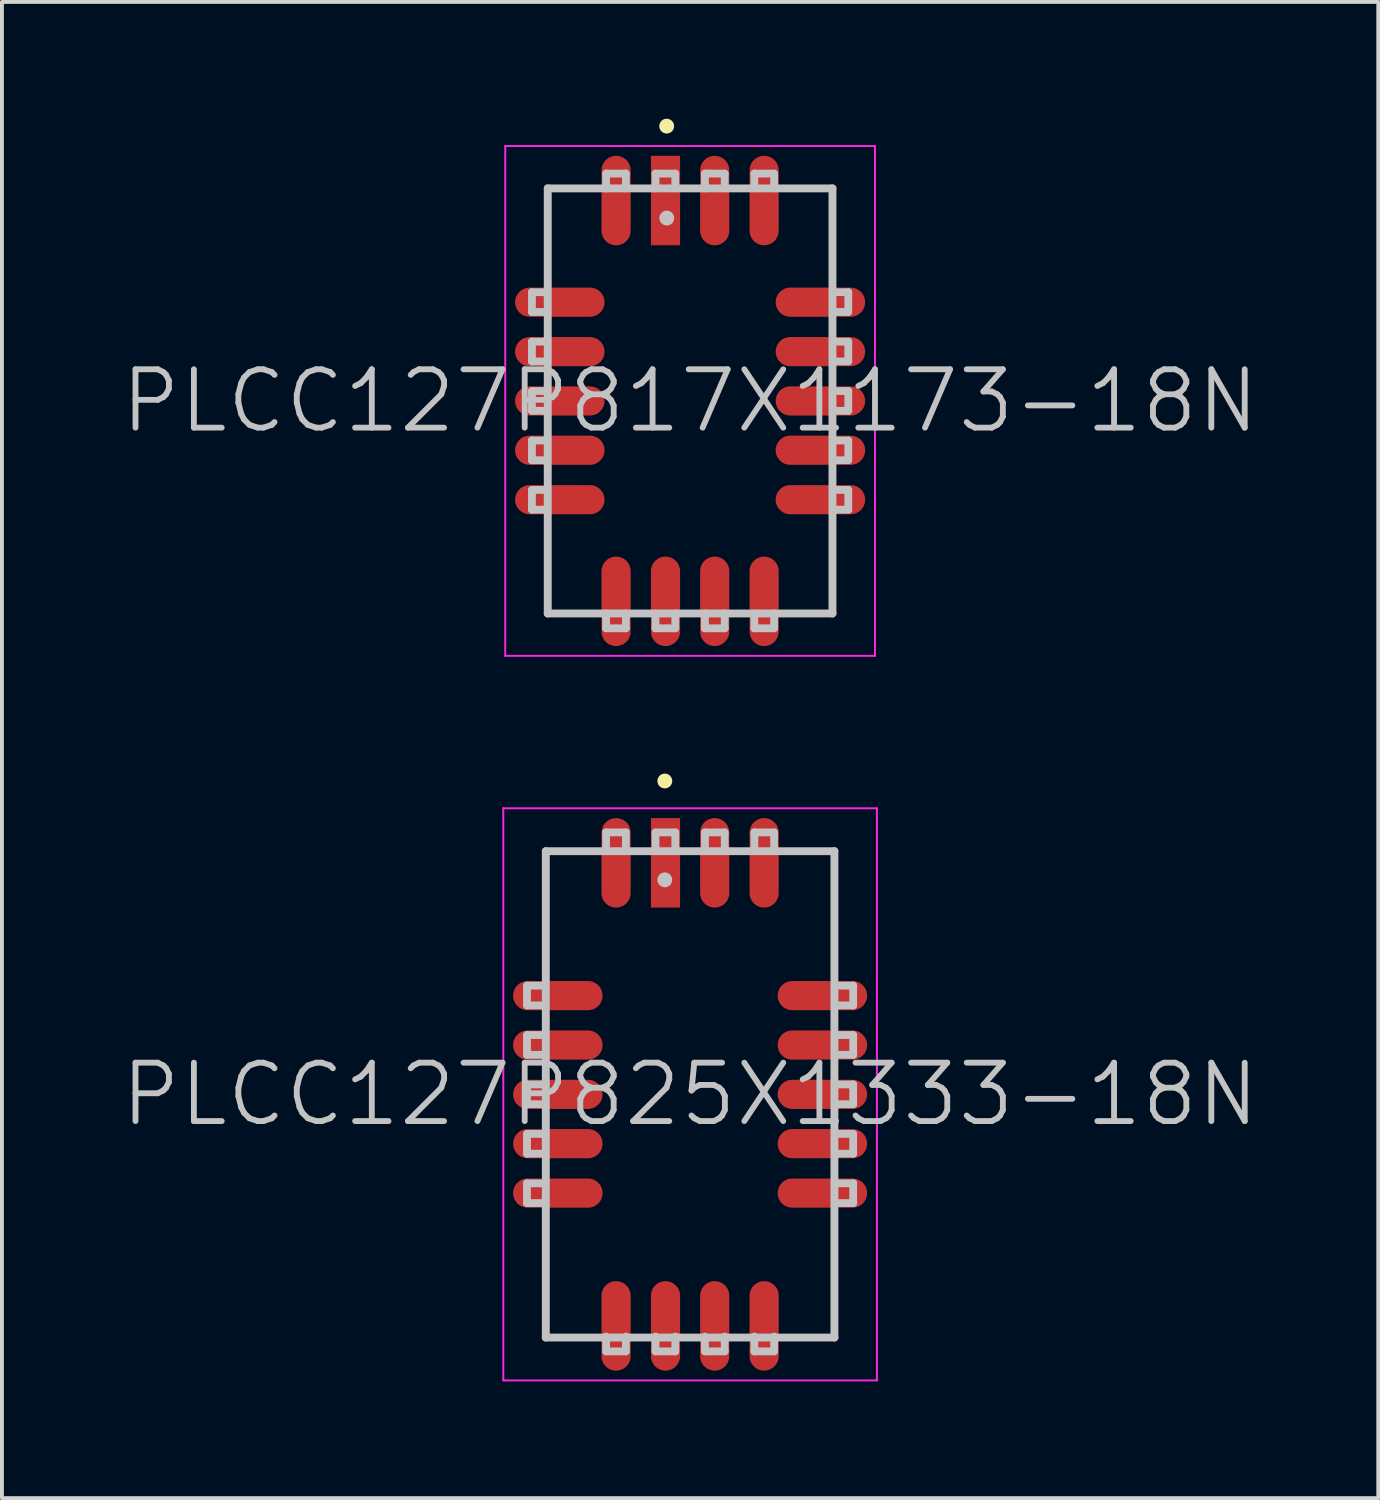
<source format=kicad_pcb>
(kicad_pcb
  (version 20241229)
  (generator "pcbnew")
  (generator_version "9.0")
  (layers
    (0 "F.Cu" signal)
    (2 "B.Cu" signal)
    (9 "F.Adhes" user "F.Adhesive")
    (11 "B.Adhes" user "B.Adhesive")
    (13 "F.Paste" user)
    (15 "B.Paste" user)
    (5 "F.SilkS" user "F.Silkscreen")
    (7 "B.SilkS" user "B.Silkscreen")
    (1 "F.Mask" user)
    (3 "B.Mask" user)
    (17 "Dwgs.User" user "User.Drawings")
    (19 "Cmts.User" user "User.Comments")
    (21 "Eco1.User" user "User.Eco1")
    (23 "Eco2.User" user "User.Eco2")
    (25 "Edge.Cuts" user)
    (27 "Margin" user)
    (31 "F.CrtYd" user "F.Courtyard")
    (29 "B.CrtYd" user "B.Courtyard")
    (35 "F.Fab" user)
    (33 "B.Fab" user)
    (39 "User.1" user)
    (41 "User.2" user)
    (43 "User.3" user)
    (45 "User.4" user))
  (footprint "PLCC127P825X1333-18N"
    (layer "F.Cu")
    (at 14.682 25.069)
    (property "Reference" "PLCC127P825X1333-18N" (at 0 0 0) (layer "Dwgs.User") (effects (font (size 1.5 1.5) (thickness 0.15))))
    (attr smd)
    (fp_line (start -0.65 -8.052) (end -0.65 -8.052) (stroke (width 0.381) (type solid)) (layer "F.SilkS"))
    (fp_line (start -4.191 -2.286) (end -4.191 -2.794) (stroke (width 0.2) (type solid)) (layer "Dwgs.User"))
    (fp_line (start -4.191 -1.016) (end -4.191 -1.524) (stroke (width 0.2) (type solid)) (layer "Dwgs.User"))
    (fp_line (start -4.191 0.254) (end -4.191 -0.254) (stroke (width 0.2) (type solid)) (layer "Dwgs.User"))
    (fp_line (start -4.191 1.524) (end -4.191 1.016) (stroke (width 0.2) (type solid)) (layer "Dwgs.User"))
    (fp_line (start -4.191 2.794) (end -4.191 2.286) (stroke (width 0.2) (type solid)) (layer "Dwgs.User"))
    (fp_line (start -3.81 -2.794) (end -4.191 -2.794) (stroke (width 0.2) (type solid)) (layer "Dwgs.User"))
    (fp_line (start -3.81 -2.286) (end -4.191 -2.286) (stroke (width 0.2) (type solid)) (layer "Dwgs.User"))
    (fp_line (start -3.81 -1.524) (end -4.191 -1.524) (stroke (width 0.2) (type solid)) (layer "Dwgs.User"))
    (fp_line (start -3.81 -1.016) (end -4.191 -1.016) (stroke (width 0.2) (type solid)) (layer "Dwgs.User"))
    (fp_line (start -3.81 -0.254) (end -4.191 -0.254) (stroke (width 0.2) (type solid)) (layer "Dwgs.User"))
    (fp_line (start -3.81 0.254) (end -4.191 0.254) (stroke (width 0.2) (type solid)) (layer "Dwgs.User"))
    (fp_line (start -3.81 1.016) (end -4.191 1.016) (stroke (width 0.2) (type solid)) (layer "Dwgs.User"))
    (fp_line (start -3.81 1.524) (end -4.191 1.524) (stroke (width 0.2) (type solid)) (layer "Dwgs.User"))
    (fp_line (start -3.81 2.286) (end -4.191 2.286) (stroke (width 0.2) (type solid)) (layer "Dwgs.User"))
    (fp_line (start -3.81 2.794) (end -4.191 2.794) (stroke (width 0.2) (type solid)) (layer "Dwgs.User"))
    (fp_line (start -3.708 -6.248) (end -3.708 6.248) (stroke (width 0.203) (type solid)) (layer "Dwgs.User"))
    (fp_line (start -3.708 -6.248) (end 3.708 -6.248) (stroke (width 0.203) (type solid)) (layer "Dwgs.User"))
    (fp_line (start -3.708 6.248) (end 3.708 6.248) (stroke (width 0.203) (type solid)) (layer "Dwgs.User"))
    (fp_line (start -2.159 -6.731) (end -1.651 -6.731) (stroke (width 0.2) (type solid)) (layer "Dwgs.User"))
    (fp_line (start -2.159 -6.35) (end -2.159 -6.731) (stroke (width 0.2) (type solid)) (layer "Dwgs.User"))
    (fp_line (start -2.159 6.223) (end -2.159 6.604) (stroke (width 0.2) (type solid)) (layer "Dwgs.User"))
    (fp_line (start -1.651 -6.35) (end -1.651 -6.731) (stroke (width 0.2) (type solid)) (layer "Dwgs.User"))
    (fp_line (start -1.651 6.223) (end -1.651 6.604) (stroke (width 0.2) (type solid)) (layer "Dwgs.User"))
    (fp_line (start -1.651 6.604) (end -2.159 6.604) (stroke (width 0.2) (type solid)) (layer "Dwgs.User"))
    (fp_line (start -0.889 -6.731) (end -0.381 -6.731) (stroke (width 0.2) (type solid)) (layer "Dwgs.User"))
    (fp_line (start -0.889 -6.35) (end -0.889 -6.731) (stroke (width 0.2) (type solid)) (layer "Dwgs.User"))
    (fp_line (start -0.889 6.223) (end -0.889 6.604) (stroke (width 0.2) (type solid)) (layer "Dwgs.User"))
    (fp_line (start -0.65 -5.512) (end -0.65 -5.512) (stroke (width 0.381) (type solid)) (layer "Dwgs.User"))
    (fp_line (start -0.381 -6.35) (end -0.381 -6.731) (stroke (width 0.2) (type solid)) (layer "Dwgs.User"))
    (fp_line (start -0.381 6.223) (end -0.381 6.604) (stroke (width 0.2) (type solid)) (layer "Dwgs.User"))
    (fp_line (start -0.381 6.604) (end -0.889 6.604) (stroke (width 0.2) (type solid)) (layer "Dwgs.User"))
    (fp_line (start 0.381 -6.731) (end 0.889 -6.731) (stroke (width 0.2) (type solid)) (layer "Dwgs.User"))
    (fp_line (start 0.381 -6.35) (end 0.381 -6.731) (stroke (width 0.2) (type solid)) (layer "Dwgs.User"))
    (fp_line (start 0.381 6.223) (end 0.381 6.604) (stroke (width 0.2) (type solid)) (layer "Dwgs.User"))
    (fp_line (start 0.889 -6.35) (end 0.889 -6.731) (stroke (width 0.2) (type solid)) (layer "Dwgs.User"))
    (fp_line (start 0.889 6.223) (end 0.889 6.604) (stroke (width 0.2) (type solid)) (layer "Dwgs.User"))
    (fp_line (start 0.889 6.604) (end 0.381 6.604) (stroke (width 0.2) (type solid)) (layer "Dwgs.User"))
    (fp_line (start 1.651 -6.731) (end 2.159 -6.731) (stroke (width 0.2) (type solid)) (layer "Dwgs.User"))
    (fp_line (start 1.651 -6.35) (end 1.651 -6.731) (stroke (width 0.2) (type solid)) (layer "Dwgs.User"))
    (fp_line (start 1.651 6.223) (end 1.651 6.604) (stroke (width 0.2) (type solid)) (layer "Dwgs.User"))
    (fp_line (start 2.159 -6.35) (end 2.159 -6.731) (stroke (width 0.2) (type solid)) (layer "Dwgs.User"))
    (fp_line (start 2.159 6.223) (end 2.159 6.604) (stroke (width 0.2) (type solid)) (layer "Dwgs.User"))
    (fp_line (start 2.159 6.604) (end 1.651 6.604) (stroke (width 0.2) (type solid)) (layer "Dwgs.User"))
    (fp_line (start 3.708 -6.248) (end 3.708 6.248) (stroke (width 0.203) (type solid)) (layer "Dwgs.User"))
    (fp_line (start 3.81 -2.794) (end 4.191 -2.794) (stroke (width 0.2) (type solid)) (layer "Dwgs.User"))
    (fp_line (start 3.81 -2.286) (end 4.191 -2.286) (stroke (width 0.2) (type solid)) (layer "Dwgs.User"))
    (fp_line (start 3.81 -1.524) (end 4.191 -1.524) (stroke (width 0.2) (type solid)) (layer "Dwgs.User"))
    (fp_line (start 3.81 -1.016) (end 4.191 -1.016) (stroke (width 0.2) (type solid)) (layer "Dwgs.User"))
    (fp_line (start 3.81 -0.254) (end 4.191 -0.254) (stroke (width 0.2) (type solid)) (layer "Dwgs.User"))
    (fp_line (start 3.81 0.254) (end 4.191 0.254) (stroke (width 0.2) (type solid)) (layer "Dwgs.User"))
    (fp_line (start 3.81 1.016) (end 4.191 1.016) (stroke (width 0.2) (type solid)) (layer "Dwgs.User"))
    (fp_line (start 3.81 1.524) (end 4.191 1.524) (stroke (width 0.2) (type solid)) (layer "Dwgs.User"))
    (fp_line (start 3.81 2.286) (end 4.191 2.286) (stroke (width 0.2) (type solid)) (layer "Dwgs.User"))
    (fp_line (start 3.81 2.794) (end 4.191 2.794) (stroke (width 0.2) (type solid)) (layer "Dwgs.User"))
    (fp_line (start 4.191 -2.794) (end 4.191 -2.286) (stroke (width 0.2) (type solid)) (layer "Dwgs.User"))
    (fp_line (start 4.191 -1.524) (end 4.191 -1.016) (stroke (width 0.2) (type solid)) (layer "Dwgs.User"))
    (fp_line (start 4.191 -0.254) (end 4.191 0.254) (stroke (width 0.2) (type solid)) (layer "Dwgs.User"))
    (fp_line (start 4.191 1.016) (end 4.191 1.524) (stroke (width 0.2) (type solid)) (layer "Dwgs.User"))
    (fp_line (start 4.191 2.286) (end 4.191 2.794) (stroke (width 0.2) (type solid)) (layer "Dwgs.User"))
    (fp_line (start -4.8 -7.35) (end -4.8 7.35) (stroke (width 0.05) (type solid)) (layer "F.CrtYd"))
    (fp_line (start -4.8 -7.35) (end 4.8 -7.35) (stroke (width 0.05) (type solid)) (layer "F.CrtYd"))
    (fp_line (start -4.8 7.35) (end 4.8 7.35) (stroke (width 0.05) (type solid)) (layer "F.CrtYd"))
    (fp_line (start 4.8 -7.35) (end 4.8 7.35) (stroke (width 0.05) (type solid)) (layer "F.CrtYd"))
    (pad "1" smd rect (at -0.632 -5.949) (size 0.749 2.299) (layers "F.Cu" "F.Mask" "F.Paste"))
    (pad "2" smd oval (at -1.902 -5.949) (size 0.749 2.299) (layers "F.Cu" "F.Mask" "F.Paste"))
    (pad "3" smd oval (at -3.399 -2.537 90) (size 0.749 2.299) (layers "F.Cu" "F.Mask" "F.Paste"))
    (pad "4" smd oval (at -3.399 -1.267 90) (size 0.749 2.299) (layers "F.Cu" "F.Mask" "F.Paste"))
    (pad "5" smd oval (at -3.399 0 90) (size 0.749 2.299) (layers "F.Cu" "F.Mask" "F.Paste"))
    (pad "6" smd oval (at -3.399 1.267 90) (size 0.749 2.299) (layers "F.Cu" "F.Mask" "F.Paste"))
    (pad "7" smd oval (at -3.399 2.537 90) (size 0.749 2.299) (layers "F.Cu" "F.Mask" "F.Paste"))
    (pad "8" smd oval (at -1.902 5.949 180) (size 0.749 2.299) (layers "F.Cu" "F.Mask" "F.Paste"))
    (pad "9" smd oval (at -0.632 5.949 180) (size 0.749 2.299) (layers "F.Cu" "F.Mask" "F.Paste"))
    (pad "10" smd oval (at 0.632 5.949 180) (size 0.749 2.299) (layers "F.Cu" "F.Mask" "F.Paste"))
    (pad "11" smd oval (at 1.902 5.949 180) (size 0.749 2.299) (layers "F.Cu" "F.Mask" "F.Paste"))
    (pad "12" smd oval (at 3.399 2.537 270) (size 0.749 2.299) (layers "F.Cu" "F.Mask" "F.Paste"))
    (pad "13" smd oval (at 3.399 1.267 270) (size 0.749 2.299) (layers "F.Cu" "F.Mask" "F.Paste"))
    (pad "14" smd oval (at 3.399 0 270) (size 0.749 2.299) (layers "F.Cu" "F.Mask" "F.Paste"))
    (pad "15" smd oval (at 3.399 -1.267 270) (size 0.749 2.299) (layers "F.Cu" "F.Mask" "F.Paste"))
    (pad "16" smd oval (at 3.399 -2.537 270) (size 0.749 2.299) (layers "F.Cu" "F.Mask" "F.Paste"))
    (pad "17" smd oval (at 1.902 -5.949) (size 0.749 2.299) (layers "F.Cu" "F.Mask" "F.Paste"))
    (pad "18" smd oval (at 0.632 -5.949) (size 0.749 2.299) (layers "F.Cu" "F.Mask" "F.Paste")))
  (footprint "PLCC127P817X1173-18N"
    (layer "F.Cu")
    (at 14.682 7.252)
    (property "Reference" "PLCC127P817X1173-18N" (at 0 0 0) (layer "Dwgs.User") (effects (font (size 1.5 1.5) (thickness 0.15))))
    (attr smd)
    (fp_line (start -0.602 -7.061) (end -0.602 -7.061) (stroke (width 0.381) (type solid)) (layer "F.SilkS"))
    (fp_line (start -4.064 -2.286) (end -4.064 -2.794) (stroke (width 0.2) (type solid)) (layer "Dwgs.User"))
    (fp_line (start -4.064 -1.016) (end -4.064 -1.524) (stroke (width 0.2) (type solid)) (layer "Dwgs.User"))
    (fp_line (start -4.064 0.254) (end -4.064 -0.254) (stroke (width 0.2) (type solid)) (layer "Dwgs.User"))
    (fp_line (start -4.064 1.524) (end -4.064 1.016) (stroke (width 0.2) (type solid)) (layer "Dwgs.User"))
    (fp_line (start -4.064 2.794) (end -4.064 2.286) (stroke (width 0.2) (type solid)) (layer "Dwgs.User"))
    (fp_line (start -3.683 -2.794) (end -4.064 -2.794) (stroke (width 0.2) (type solid)) (layer "Dwgs.User"))
    (fp_line (start -3.683 -2.286) (end -4.064 -2.286) (stroke (width 0.2) (type solid)) (layer "Dwgs.User"))
    (fp_line (start -3.683 -1.524) (end -4.064 -1.524) (stroke (width 0.2) (type solid)) (layer "Dwgs.User"))
    (fp_line (start -3.683 -1.016) (end -4.064 -1.016) (stroke (width 0.2) (type solid)) (layer "Dwgs.User"))
    (fp_line (start -3.683 -0.254) (end -4.064 -0.254) (stroke (width 0.2) (type solid)) (layer "Dwgs.User"))
    (fp_line (start -3.683 0.254) (end -4.064 0.254) (stroke (width 0.2) (type solid)) (layer "Dwgs.User"))
    (fp_line (start -3.683 1.016) (end -4.064 1.016) (stroke (width 0.2) (type solid)) (layer "Dwgs.User"))
    (fp_line (start -3.683 1.524) (end -4.064 1.524) (stroke (width 0.2) (type solid)) (layer "Dwgs.User"))
    (fp_line (start -3.683 2.286) (end -4.064 2.286) (stroke (width 0.2) (type solid)) (layer "Dwgs.User"))
    (fp_line (start -3.683 2.794) (end -4.064 2.794) (stroke (width 0.2) (type solid)) (layer "Dwgs.User"))
    (fp_line (start -3.658 -5.461) (end -3.658 5.461) (stroke (width 0.203) (type solid)) (layer "Dwgs.User"))
    (fp_line (start -3.658 -5.461) (end 3.658 -5.461) (stroke (width 0.203) (type solid)) (layer "Dwgs.User"))
    (fp_line (start -3.658 5.461) (end 3.658 5.461) (stroke (width 0.203) (type solid)) (layer "Dwgs.User"))
    (fp_line (start -2.159 -5.842) (end -1.651 -5.842) (stroke (width 0.2) (type solid)) (layer "Dwgs.User"))
    (fp_line (start -2.159 -5.461) (end -2.159 -5.842) (stroke (width 0.2) (type solid)) (layer "Dwgs.User"))
    (fp_line (start -2.159 5.461) (end -2.159 5.842) (stroke (width 0.2) (type solid)) (layer "Dwgs.User"))
    (fp_line (start -1.651 -5.461) (end -1.651 -5.842) (stroke (width 0.2) (type solid)) (layer "Dwgs.User"))
    (fp_line (start -1.651 5.461) (end -1.651 5.842) (stroke (width 0.2) (type solid)) (layer "Dwgs.User"))
    (fp_line (start -1.651 5.842) (end -2.159 5.842) (stroke (width 0.2) (type solid)) (layer "Dwgs.User"))
    (fp_line (start -0.889 -5.842) (end -0.381 -5.842) (stroke (width 0.2) (type solid)) (layer "Dwgs.User"))
    (fp_line (start -0.889 -5.461) (end -0.889 -5.842) (stroke (width 0.2) (type solid)) (layer "Dwgs.User"))
    (fp_line (start -0.889 5.461) (end -0.889 5.842) (stroke (width 0.2) (type solid)) (layer "Dwgs.User"))
    (fp_line (start -0.599 -4.699) (end -0.599 -4.699) (stroke (width 0.381) (type solid)) (layer "Dwgs.User"))
    (fp_line (start -0.381 -5.461) (end -0.381 -5.842) (stroke (width 0.2) (type solid)) (layer "Dwgs.User"))
    (fp_line (start -0.381 5.461) (end -0.381 5.842) (stroke (width 0.2) (type solid)) (layer "Dwgs.User"))
    (fp_line (start -0.381 5.842) (end -0.889 5.842) (stroke (width 0.2) (type solid)) (layer "Dwgs.User"))
    (fp_line (start 0.381 -5.842) (end 0.889 -5.842) (stroke (width 0.2) (type solid)) (layer "Dwgs.User"))
    (fp_line (start 0.381 -5.461) (end 0.381 -5.842) (stroke (width 0.2) (type solid)) (layer "Dwgs.User"))
    (fp_line (start 0.381 5.461) (end 0.381 5.842) (stroke (width 0.2) (type solid)) (layer "Dwgs.User"))
    (fp_line (start 0.889 -5.461) (end 0.889 -5.842) (stroke (width 0.2) (type solid)) (layer "Dwgs.User"))
    (fp_line (start 0.889 5.461) (end 0.889 5.842) (stroke (width 0.2) (type solid)) (layer "Dwgs.User"))
    (fp_line (start 0.889 5.842) (end 0.381 5.842) (stroke (width 0.2) (type solid)) (layer "Dwgs.User"))
    (fp_line (start 1.651 -5.842) (end 2.159 -5.842) (stroke (width 0.2) (type solid)) (layer "Dwgs.User"))
    (fp_line (start 1.651 -5.461) (end 1.651 -5.842) (stroke (width 0.2) (type solid)) (layer "Dwgs.User"))
    (fp_line (start 1.651 5.461) (end 1.651 5.842) (stroke (width 0.2) (type solid)) (layer "Dwgs.User"))
    (fp_line (start 2.159 -5.461) (end 2.159 -5.842) (stroke (width 0.2) (type solid)) (layer "Dwgs.User"))
    (fp_line (start 2.159 5.461) (end 2.159 5.842) (stroke (width 0.2) (type solid)) (layer "Dwgs.User"))
    (fp_line (start 2.159 5.842) (end 1.651 5.842) (stroke (width 0.2) (type solid)) (layer "Dwgs.User"))
    (fp_line (start 3.658 -5.461) (end 3.658 5.461) (stroke (width 0.203) (type solid)) (layer "Dwgs.User"))
    (fp_line (start 3.683 -2.794) (end 4.064 -2.794) (stroke (width 0.2) (type solid)) (layer "Dwgs.User"))
    (fp_line (start 3.683 -2.286) (end 4.064 -2.286) (stroke (width 0.2) (type solid)) (layer "Dwgs.User"))
    (fp_line (start 3.683 -1.524) (end 4.064 -1.524) (stroke (width 0.2) (type solid)) (layer "Dwgs.User"))
    (fp_line (start 3.683 -1.016) (end 4.064 -1.016) (stroke (width 0.2) (type solid)) (layer "Dwgs.User"))
    (fp_line (start 3.683 -0.254) (end 4.064 -0.254) (stroke (width 0.2) (type solid)) (layer "Dwgs.User"))
    (fp_line (start 3.683 0.254) (end 4.064 0.254) (stroke (width 0.2) (type solid)) (layer "Dwgs.User"))
    (fp_line (start 3.683 1.016) (end 4.064 1.016) (stroke (width 0.2) (type solid)) (layer "Dwgs.User"))
    (fp_line (start 3.683 1.524) (end 4.064 1.524) (stroke (width 0.2) (type solid)) (layer "Dwgs.User"))
    (fp_line (start 3.683 2.286) (end 4.064 2.286) (stroke (width 0.2) (type solid)) (layer "Dwgs.User"))
    (fp_line (start 3.683 2.794) (end 4.064 2.794) (stroke (width 0.2) (type solid)) (layer "Dwgs.User"))
    (fp_line (start 4.064 -2.794) (end 4.064 -2.286) (stroke (width 0.2) (type solid)) (layer "Dwgs.User"))
    (fp_line (start 4.064 -1.524) (end 4.064 -1.016) (stroke (width 0.2) (type solid)) (layer "Dwgs.User"))
    (fp_line (start 4.064 -0.254) (end 4.064 0.254) (stroke (width 0.2) (type solid)) (layer "Dwgs.User"))
    (fp_line (start 4.064 1.016) (end 4.064 1.524) (stroke (width 0.2) (type solid)) (layer "Dwgs.User"))
    (fp_line (start 4.064 2.286) (end 4.064 2.794) (stroke (width 0.2) (type solid)) (layer "Dwgs.User"))
    (fp_line (start -4.75 -6.55) (end -4.75 6.55) (stroke (width 0.05) (type solid)) (layer "F.CrtYd"))
    (fp_line (start -4.75 -6.55) (end 4.75 -6.55) (stroke (width 0.05) (type solid)) (layer "F.CrtYd"))
    (fp_line (start -4.75 6.55) (end 4.75 6.55) (stroke (width 0.05) (type solid)) (layer "F.CrtYd"))
    (fp_line (start 4.75 -6.55) (end 4.75 6.55) (stroke (width 0.05) (type solid)) (layer "F.CrtYd"))
    (pad "1" smd rect (at -0.632 -5.149) (size 0.749 2.299) (layers "F.Cu" "F.Mask" "F.Paste"))
    (pad "2" smd oval (at -1.902 -5.149) (size 0.749 2.299) (layers "F.Cu" "F.Mask" "F.Paste"))
    (pad "3" smd oval (at -3.348 -2.537 90) (size 0.749 2.299) (layers "F.Cu" "F.Mask" "F.Paste"))
    (pad "4" smd oval (at -3.348 -1.267 90) (size 0.749 2.299) (layers "F.Cu" "F.Mask" "F.Paste"))
    (pad "5" smd oval (at -3.348 0 90) (size 0.749 2.299) (layers "F.Cu" "F.Mask" "F.Paste"))
    (pad "6" smd oval (at -3.348 1.267 90) (size 0.749 2.299) (layers "F.Cu" "F.Mask" "F.Paste"))
    (pad "7" smd oval (at -3.348 2.537 90) (size 0.749 2.299) (layers "F.Cu" "F.Mask" "F.Paste"))
    (pad "8" smd oval (at -1.902 5.149 180) (size 0.749 2.299) (layers "F.Cu" "F.Mask" "F.Paste"))
    (pad "9" smd oval (at -0.632 5.149 180) (size 0.749 2.299) (layers "F.Cu" "F.Mask" "F.Paste"))
    (pad "10" smd oval (at 0.632 5.149 180) (size 0.749 2.299) (layers "F.Cu" "F.Mask" "F.Paste"))
    (pad "11" smd oval (at 1.902 5.149 180) (size 0.749 2.299) (layers "F.Cu" "F.Mask" "F.Paste"))
    (pad "12" smd oval (at 3.348 2.537 270) (size 0.749 2.299) (layers "F.Cu" "F.Mask" "F.Paste"))
    (pad "13" smd oval (at 3.348 1.267 270) (size 0.749 2.299) (layers "F.Cu" "F.Mask" "F.Paste"))
    (pad "14" smd oval (at 3.348 0 270) (size 0.749 2.299) (layers "F.Cu" "F.Mask" "F.Paste"))
    (pad "15" smd oval (at 3.348 -1.267 270) (size 0.749 2.299) (layers "F.Cu" "F.Mask" "F.Paste"))
    (pad "16" smd oval (at 3.348 -2.537 270) (size 0.749 2.299) (layers "F.Cu" "F.Mask" "F.Paste"))
    (pad "17" smd oval (at 1.902 -5.149) (size 0.749 2.299) (layers "F.Cu" "F.Mask" "F.Paste"))
    (pad "18" smd oval (at 0.632 -5.149) (size 0.749 2.299) (layers "F.Cu" "F.Mask" "F.Paste")))
  (gr_rect
    (start -3 -3)
    (end 32.364 35.444)
    (stroke (width 0.1) (type default))
    (fill no)
    (layer "Edge.Cuts")))
</source>
